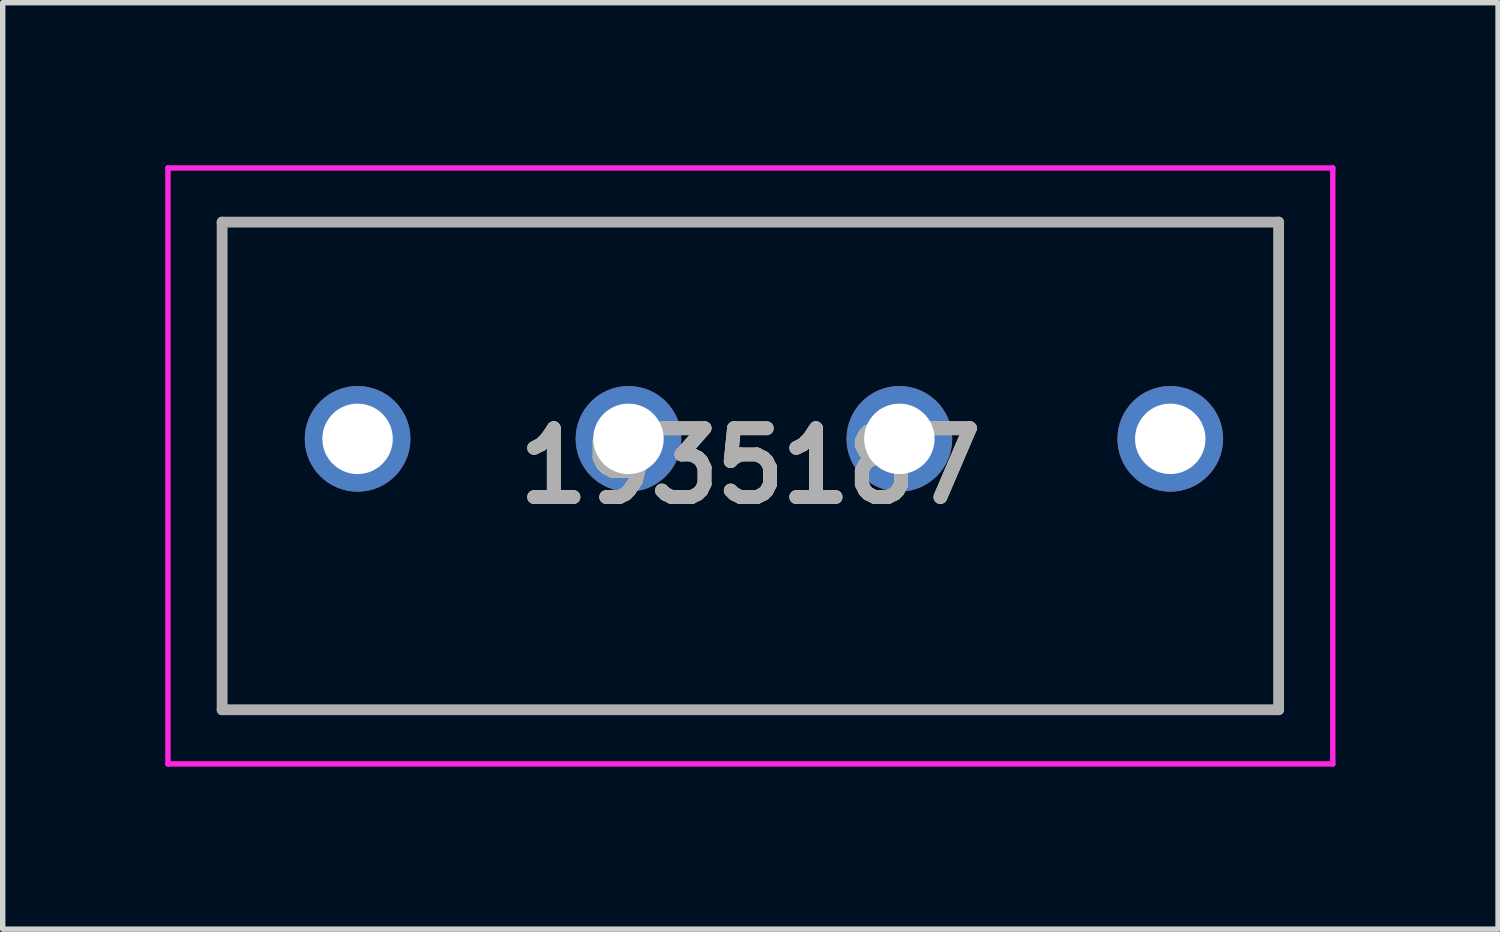
<source format=kicad_pcb>
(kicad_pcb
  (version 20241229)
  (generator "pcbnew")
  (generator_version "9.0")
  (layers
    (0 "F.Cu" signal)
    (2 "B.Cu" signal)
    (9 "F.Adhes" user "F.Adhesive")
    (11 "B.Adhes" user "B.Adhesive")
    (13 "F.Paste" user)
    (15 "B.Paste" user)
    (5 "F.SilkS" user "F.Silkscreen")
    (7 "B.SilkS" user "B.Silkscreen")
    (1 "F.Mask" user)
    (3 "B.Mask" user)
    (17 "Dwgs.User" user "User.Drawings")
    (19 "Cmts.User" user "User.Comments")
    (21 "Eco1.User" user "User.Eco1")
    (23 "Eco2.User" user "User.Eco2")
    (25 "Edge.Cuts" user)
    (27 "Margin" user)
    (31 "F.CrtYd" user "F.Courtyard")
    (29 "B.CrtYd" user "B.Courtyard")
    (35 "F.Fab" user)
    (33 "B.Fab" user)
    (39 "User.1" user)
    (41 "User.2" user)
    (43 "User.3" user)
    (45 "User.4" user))
  (footprint "1935187"
    (layer "F.Cu")
    (at 3.55 5.05)
    (property "Reference" "1935187" (at 7.25 0.5 0) (layer "F.SilkS") (effects (font (size 1.27 1.27) (thickness 0.254))))
    (attr through_hole)
    (fp_line (start -2.5 -4) (end 17 -4) (stroke (width 0.1) (type solid)) (layer "F.SilkS"))
    (fp_line (start -2.5 5) (end -2.5 -4) (stroke (width 0.1) (type solid)) (layer "F.SilkS"))
    (fp_line (start 17 -4) (end 17 5) (stroke (width 0.1) (type solid)) (layer "F.SilkS"))
    (fp_line (start 17 5) (end -2.5 5) (stroke (width 0.1) (type solid)) (layer "F.SilkS"))
    (fp_line (start -3.5 -5) (end 18 -5) (stroke (width 0.1) (type solid)) (layer "F.CrtYd"))
    (fp_line (start -3.5 6) (end -3.5 -5) (stroke (width 0.1) (type solid)) (layer "F.CrtYd"))
    (fp_line (start 18 -5) (end 18 6) (stroke (width 0.1) (type solid)) (layer "F.CrtYd"))
    (fp_line (start 18 6) (end -3.5 6) (stroke (width 0.1) (type solid)) (layer "F.CrtYd"))
    (fp_line (start -2.5 -4) (end 17 -4) (stroke (width 0.2) (type solid)) (layer "F.Fab"))
    (fp_line (start -2.5 5) (end -2.5 -4) (stroke (width 0.2) (type solid)) (layer "F.Fab"))
    (fp_line (start 17 -4) (end 17 5) (stroke (width 0.2) (type solid)) (layer "F.Fab"))
    (fp_line (start 17 5) (end -2.5 5) (stroke (width 0.2) (type solid)) (layer "F.Fab"))
    (fp_text user "${REFERENCE}" (at 7.25 0.5 0) (layer "F.Fab") (effects (font (size 1.27 1.27) (thickness 0.254))))
    (pad "1" thru_hole circle (at 0 0) (size 1.95 1.95) (drill 1.3) (layers "*.Cu" "*.Mask"))
    (pad "2" thru_hole circle (at 5 0) (size 1.95 1.95) (drill 1.3) (layers "*.Cu" "*.Mask"))
    (pad "3" thru_hole circle (at 10 0) (size 1.95 1.95) (drill 1.3) (layers "*.Cu" "*.Mask"))
    (pad "4" thru_hole circle (at 15 0) (size 1.95 1.95) (drill 1.3) (layers "*.Cu" "*.Mask")))
  (gr_rect
    (start -3 -3)
    (end 24.6 14.1)
    (stroke (width 0.1) (type default))
    (fill no)
    (layer "Edge.Cuts")))
</source>
